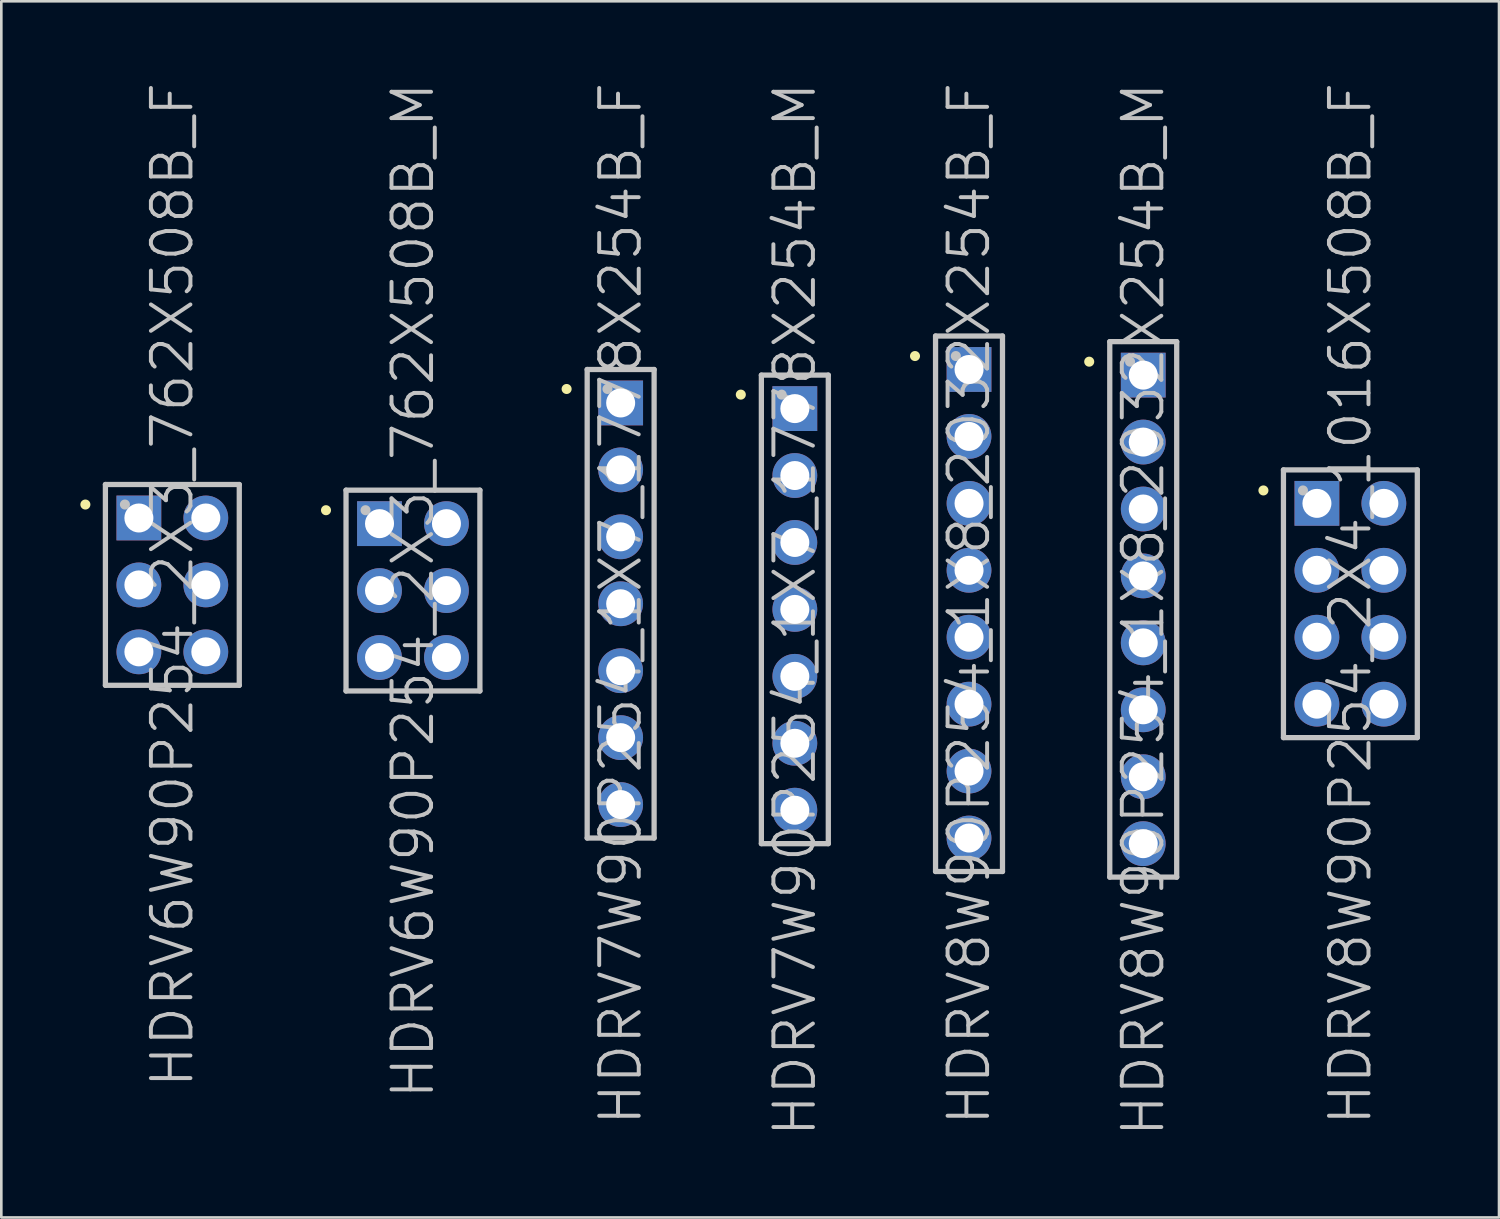
<source format=kicad_pcb>
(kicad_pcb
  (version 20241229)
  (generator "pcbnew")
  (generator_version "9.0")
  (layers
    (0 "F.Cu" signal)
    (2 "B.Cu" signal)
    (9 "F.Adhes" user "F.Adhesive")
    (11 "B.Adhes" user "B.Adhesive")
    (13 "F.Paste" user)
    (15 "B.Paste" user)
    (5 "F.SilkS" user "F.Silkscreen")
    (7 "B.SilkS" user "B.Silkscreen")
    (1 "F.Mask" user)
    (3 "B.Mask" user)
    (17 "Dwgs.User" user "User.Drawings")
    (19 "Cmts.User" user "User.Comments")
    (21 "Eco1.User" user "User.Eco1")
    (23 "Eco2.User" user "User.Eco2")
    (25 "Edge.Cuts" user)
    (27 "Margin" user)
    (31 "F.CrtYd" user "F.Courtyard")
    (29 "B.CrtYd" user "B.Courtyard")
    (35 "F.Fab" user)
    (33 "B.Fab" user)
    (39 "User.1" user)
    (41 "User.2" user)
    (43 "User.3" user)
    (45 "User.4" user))
  (footprint "HDRV7W90P254_1X7_1778X254B_F"
    (layer "F.Cu")
    (at 20.502 19.861)
    (property "Reference" "HDRV7W90P254_1X7_1778X254B_F" (at 0 0 90) (layer "Dwgs.User") (effects (font (size 1.5 1.5) (thickness 0.15))))
    (attr through_hole)
    (fp_line (start -2.05 -8.15) (end -2.05 -8.15) (stroke (width 0.381) (type solid)) (layer "F.SilkS"))
    (fp_line (start -1.27 -8.89) (end -1.27 8.89) (stroke (width 0.2) (type solid)) (layer "Dwgs.User"))
    (fp_line (start -1.27 -8.89) (end 1.27 -8.89) (stroke (width 0.2) (type solid)) (layer "Dwgs.User"))
    (fp_line (start -1.27 8.89) (end 1.27 8.89) (stroke (width 0.2) (type solid)) (layer "Dwgs.User"))
    (fp_line (start -0.5 -8.15) (end -0.5 -8.15) (stroke (width 0.381) (type solid)) (layer "Dwgs.User"))
    (fp_line (start 1.27 -8.89) (end 1.27 8.89) (stroke (width 0.2) (type solid)) (layer "Dwgs.User"))
    (pad "1" thru_hole rect (at 0 -7.62) (size 1.7 1.7) (drill 1.1) (layers "*.Cu" "*.Mask"))
    (pad "2" thru_hole circle (at 0 -5.08 270) (size 1.7 1.7) (drill 1.1) (layers "*.Cu" "*.Mask"))
    (pad "3" thru_hole circle (at 0 -2.54 270) (size 1.7 1.7) (drill 1.1) (layers "*.Cu" "*.Mask"))
    (pad "4" thru_hole circle (at 0 0 270) (size 1.7 1.7) (drill 1.1) (layers "*.Cu" "*.Mask"))
    (pad "5" thru_hole circle (at 0 2.54 270) (size 1.7 1.7) (drill 1.1) (layers "*.Cu" "*.Mask"))
    (pad "6" thru_hole circle (at 0 5.08 270) (size 1.7 1.7) (drill 1.1) (layers "*.Cu" "*.Mask"))
    (pad "7" thru_hole circle (at 0 7.62 270) (size 1.7 1.7) (drill 1.1) (layers "*.Cu" "*.Mask")))
  (footprint "HDRV7W90P254_1X7_1778X254B_M"
    (layer "F.Cu")
    (at 27.112 20.075)
    (property "Reference" "HDRV7W90P254_1X7_1778X254B_M" (at 0 0 90) (layer "Dwgs.User") (effects (font (size 1.5 1.5) (thickness 0.15))))
    (attr through_hole)
    (fp_line (start -2.05 -8.15) (end -2.05 -8.15) (stroke (width 0.381) (type solid)) (layer "F.SilkS"))
    (fp_line (start -1.27 -8.89) (end -1.27 8.89) (stroke (width 0.2) (type solid)) (layer "Dwgs.User"))
    (fp_line (start -1.27 -8.89) (end 1.27 -8.89) (stroke (width 0.2) (type solid)) (layer "Dwgs.User"))
    (fp_line (start -1.27 8.89) (end 1.27 8.89) (stroke (width 0.2) (type solid)) (layer "Dwgs.User"))
    (fp_line (start -0.5 -8.15) (end -0.5 -8.15) (stroke (width 0.381) (type solid)) (layer "Dwgs.User"))
    (fp_line (start 1.27 -8.89) (end 1.27 8.89) (stroke (width 0.2) (type solid)) (layer "Dwgs.User"))
    (pad "1" thru_hole rect (at 0 -7.62) (size 1.7 1.7) (drill 1.1) (layers "*.Cu" "*.Mask"))
    (pad "2" thru_hole circle (at 0 -5.08 270) (size 1.7 1.7) (drill 1.1) (layers "*.Cu" "*.Mask"))
    (pad "3" thru_hole circle (at 0 -2.54 270) (size 1.7 1.7) (drill 1.1) (layers "*.Cu" "*.Mask"))
    (pad "4" thru_hole circle (at 0 0 270) (size 1.7 1.7) (drill 1.1) (layers "*.Cu" "*.Mask"))
    (pad "5" thru_hole circle (at 0 2.54 270) (size 1.7 1.7) (drill 1.1) (layers "*.Cu" "*.Mask"))
    (pad "6" thru_hole circle (at 0 5.08 270) (size 1.7 1.7) (drill 1.1) (layers "*.Cu" "*.Mask"))
    (pad "7" thru_hole circle (at 0 7.62 270) (size 1.7 1.7) (drill 1.1) (layers "*.Cu" "*.Mask")))
  (footprint "HDRV6W90P254_2X3_762X508B_M"
    (layer "F.Cu")
    (at 12.621 19.361)
    (property "Reference" "HDRV6W90P254_2X3_762X508B_M" (at 0 0 90) (layer "Dwgs.User") (effects (font (size 1.5 1.5) (thickness 0.15))))
    (attr through_hole)
    (fp_line (start -3.3 -3.05) (end -3.3 -3.05) (stroke (width 0.381) (type solid)) (layer "F.SilkS"))
    (fp_line (start -2.54 -3.81) (end -2.54 3.81) (stroke (width 0.2) (type solid)) (layer "Dwgs.User"))
    (fp_line (start -2.54 -3.81) (end 2.54 -3.81) (stroke (width 0.2) (type solid)) (layer "Dwgs.User"))
    (fp_line (start -2.54 3.81) (end 2.54 3.81) (stroke (width 0.2) (type solid)) (layer "Dwgs.User"))
    (fp_line (start -1.8 -3.05) (end -1.8 -3.05) (stroke (width 0.381) (type solid)) (layer "Dwgs.User"))
    (fp_line (start 2.54 -3.81) (end 2.54 3.81) (stroke (width 0.2) (type solid)) (layer "Dwgs.User"))
    (pad "1" thru_hole rect (at -1.27 -2.54) (size 1.7 1.7) (drill 1.1) (layers "*.Cu" "*.Mask"))
    (pad "2" thru_hole circle (at 1.27 -2.54 270) (size 1.7 1.7) (drill 1.1) (layers "*.Cu" "*.Mask"))
    (pad "3" thru_hole circle (at -1.27 0 270) (size 1.7 1.7) (drill 1.1) (layers "*.Cu" "*.Mask"))
    (pad "4" thru_hole circle (at 1.27 0 270) (size 1.7 1.7) (drill 1.1) (layers "*.Cu" "*.Mask"))
    (pad "5" thru_hole circle (at -1.27 2.54 270) (size 1.7 1.7) (drill 1.1) (layers "*.Cu" "*.Mask"))
    (pad "6" thru_hole circle (at 1.27 2.54 270) (size 1.7 1.7) (drill 1.1) (layers "*.Cu" "*.Mask")))
  (footprint "HDRV8W90P254_2X4_1016X508B_F"
    (layer "F.Cu")
    (at 48.194 19.861)
    (property "Reference" "HDRV8W90P254_2X4_1016X508B_F" (at 0 0 90) (layer "Dwgs.User") (effects (font (size 1.5 1.5) (thickness 0.15))))
    (attr through_hole)
    (fp_line (start -3.3 -4.3) (end -3.3 -4.3) (stroke (width 0.381) (type solid)) (layer "F.SilkS"))
    (fp_line (start -2.54 -5.08) (end -2.54 5.08) (stroke (width 0.2) (type solid)) (layer "Dwgs.User"))
    (fp_line (start -2.54 -5.08) (end 2.54 -5.08) (stroke (width 0.2) (type solid)) (layer "Dwgs.User"))
    (fp_line (start -2.54 5.08) (end 2.54 5.08) (stroke (width 0.2) (type solid)) (layer "Dwgs.User"))
    (fp_line (start -1.8 -4.3) (end -1.8 -4.3) (stroke (width 0.381) (type solid)) (layer "Dwgs.User"))
    (fp_line (start 2.54 -5.08) (end 2.54 5.08) (stroke (width 0.2) (type solid)) (layer "Dwgs.User"))
    (pad "1" thru_hole rect (at -1.27 -3.81) (size 1.7 1.7) (drill 1.1) (layers "*.Cu" "*.Mask"))
    (pad "2" thru_hole circle (at 1.27 -3.81 270) (size 1.7 1.7) (drill 1.1) (layers "*.Cu" "*.Mask"))
    (pad "3" thru_hole circle (at -1.27 -1.27 270) (size 1.7 1.7) (drill 1.1) (layers "*.Cu" "*.Mask"))
    (pad "4" thru_hole circle (at 1.27 -1.27 270) (size 1.7 1.7) (drill 1.1) (layers "*.Cu" "*.Mask"))
    (pad "5" thru_hole circle (at -1.27 1.27 270) (size 1.7 1.7) (drill 1.1) (layers "*.Cu" "*.Mask"))
    (pad "6" thru_hole circle (at 1.27 1.27 270) (size 1.7 1.7) (drill 1.1) (layers "*.Cu" "*.Mask"))
    (pad "7" thru_hole circle (at -1.27 3.81 270) (size 1.7 1.7) (drill 1.1) (layers "*.Cu" "*.Mask"))
    (pad "8" thru_hole circle (at 1.27 3.81 270) (size 1.7 1.7) (drill 1.1) (layers "*.Cu" "*.Mask")))
  (footprint "HDRV8W90P254_1X8_2032X254B_F"
    (layer "F.Cu")
    (at 33.722 19.861)
    (property "Reference" "HDRV8W90P254_1X8_2032X254B_F" (at 0 0 90) (layer "Dwgs.User") (effects (font (size 1.5 1.5) (thickness 0.15))))
    (attr through_hole)
    (fp_line (start -2.05 -9.4) (end -2.05 -9.4) (stroke (width 0.381) (type solid)) (layer "F.SilkS"))
    (fp_line (start -1.27 -10.16) (end -1.27 10.16) (stroke (width 0.2) (type solid)) (layer "Dwgs.User"))
    (fp_line (start -1.27 -10.16) (end 1.27 -10.16) (stroke (width 0.2) (type solid)) (layer "Dwgs.User"))
    (fp_line (start -1.27 10.16) (end 1.27 10.16) (stroke (width 0.2) (type solid)) (layer "Dwgs.User"))
    (fp_line (start -0.5 -9.4) (end -0.5 -9.4) (stroke (width 0.381) (type solid)) (layer "Dwgs.User"))
    (fp_line (start 1.27 -10.16) (end 1.27 10.16) (stroke (width 0.2) (type solid)) (layer "Dwgs.User"))
    (pad "1" thru_hole rect (at 0 -8.89) (size 1.7 1.7) (drill 1.1) (layers "*.Cu" "*.Mask"))
    (pad "2" thru_hole circle (at 0 -6.35 270) (size 1.7 1.7) (drill 1.1) (layers "*.Cu" "*.Mask"))
    (pad "3" thru_hole circle (at 0 -3.81 270) (size 1.7 1.7) (drill 1.1) (layers "*.Cu" "*.Mask"))
    (pad "4" thru_hole circle (at 0 -1.27 270) (size 1.7 1.7) (drill 1.1) (layers "*.Cu" "*.Mask"))
    (pad "5" thru_hole circle (at 0 1.27 270) (size 1.7 1.7) (drill 1.1) (layers "*.Cu" "*.Mask"))
    (pad "6" thru_hole circle (at 0 3.81 270) (size 1.7 1.7) (drill 1.1) (layers "*.Cu" "*.Mask"))
    (pad "7" thru_hole circle (at 0 6.35 270) (size 1.7 1.7) (drill 1.1) (layers "*.Cu" "*.Mask"))
    (pad "8" thru_hole circle (at 0 8.89 270) (size 1.7 1.7) (drill 1.1) (layers "*.Cu" "*.Mask")))
  (footprint "HDRV6W90P254_2X3_762X508B_F"
    (layer "F.Cu")
    (at 3.49 19.146)
    (property "Reference" "HDRV6W90P254_2X3_762X508B_F" (at 0 0 90) (layer "Dwgs.User") (effects (font (size 1.5 1.5) (thickness 0.15))))
    (attr through_hole)
    (fp_line (start -3.3 -3.05) (end -3.3 -3.05) (stroke (width 0.381) (type solid)) (layer "F.SilkS"))
    (fp_line (start -2.54 -3.81) (end -2.54 3.81) (stroke (width 0.2) (type solid)) (layer "Dwgs.User"))
    (fp_line (start -2.54 -3.81) (end 2.54 -3.81) (stroke (width 0.2) (type solid)) (layer "Dwgs.User"))
    (fp_line (start -2.54 3.81) (end 2.54 3.81) (stroke (width 0.2) (type solid)) (layer "Dwgs.User"))
    (fp_line (start -1.8 -3.05) (end -1.8 -3.05) (stroke (width 0.381) (type solid)) (layer "Dwgs.User"))
    (fp_line (start 2.54 -3.81) (end 2.54 3.81) (stroke (width 0.2) (type solid)) (layer "Dwgs.User"))
    (pad "1" thru_hole rect (at -1.27 -2.54) (size 1.7 1.7) (drill 1.1) (layers "*.Cu" "*.Mask"))
    (pad "2" thru_hole circle (at 1.27 -2.54 270) (size 1.7 1.7) (drill 1.1) (layers "*.Cu" "*.Mask"))
    (pad "3" thru_hole circle (at -1.27 0 270) (size 1.7 1.7) (drill 1.1) (layers "*.Cu" "*.Mask"))
    (pad "4" thru_hole circle (at 1.27 0 270) (size 1.7 1.7) (drill 1.1) (layers "*.Cu" "*.Mask"))
    (pad "5" thru_hole circle (at -1.27 2.54 270) (size 1.7 1.7) (drill 1.1) (layers "*.Cu" "*.Mask"))
    (pad "6" thru_hole circle (at 1.27 2.54 270) (size 1.7 1.7) (drill 1.1) (layers "*.Cu" "*.Mask")))
  (footprint "HDRV8W90P254_1X8_2032X254B_M"
    (layer "F.Cu")
    (at 40.333 20.075)
    (property "Reference" "HDRV8W90P254_1X8_2032X254B_M" (at 0 0 90) (layer "Dwgs.User") (effects (font (size 1.5 1.5) (thickness 0.15))))
    (attr through_hole)
    (fp_line (start -2.05 -9.4) (end -2.05 -9.4) (stroke (width 0.381) (type solid)) (layer "F.SilkS"))
    (fp_line (start -1.27 -10.16) (end -1.27 10.16) (stroke (width 0.2) (type solid)) (layer "Dwgs.User"))
    (fp_line (start -1.27 -10.16) (end 1.27 -10.16) (stroke (width 0.2) (type solid)) (layer "Dwgs.User"))
    (fp_line (start -1.27 10.16) (end 1.27 10.16) (stroke (width 0.2) (type solid)) (layer "Dwgs.User"))
    (fp_line (start -0.5 -9.4) (end -0.5 -9.4) (stroke (width 0.381) (type solid)) (layer "Dwgs.User"))
    (fp_line (start 1.27 -10.16) (end 1.27 10.16) (stroke (width 0.2) (type solid)) (layer "Dwgs.User"))
    (pad "1" thru_hole rect (at 0 -8.89) (size 1.7 1.7) (drill 1.1) (layers "*.Cu" "*.Mask"))
    (pad "2" thru_hole circle (at 0 -6.35 270) (size 1.7 1.7) (drill 1.1) (layers "*.Cu" "*.Mask"))
    (pad "3" thru_hole circle (at 0 -3.81 270) (size 1.7 1.7) (drill 1.1) (layers "*.Cu" "*.Mask"))
    (pad "4" thru_hole circle (at 0 -1.27 270) (size 1.7 1.7) (drill 1.1) (layers "*.Cu" "*.Mask"))
    (pad "5" thru_hole circle (at 0 1.27 270) (size 1.7 1.7) (drill 1.1) (layers "*.Cu" "*.Mask"))
    (pad "6" thru_hole circle (at 0 3.81 270) (size 1.7 1.7) (drill 1.1) (layers "*.Cu" "*.Mask"))
    (pad "7" thru_hole circle (at 0 6.35 270) (size 1.7 1.7) (drill 1.1) (layers "*.Cu" "*.Mask"))
    (pad "8" thru_hole circle (at 0 8.89 270) (size 1.7 1.7) (drill 1.1) (layers "*.Cu" "*.Mask")))
  (gr_rect
    (start -3 -3)
    (end 53.834 43.15)
    (stroke (width 0.1) (type default))
    (fill no)
    (layer "Edge.Cuts")))
</source>
